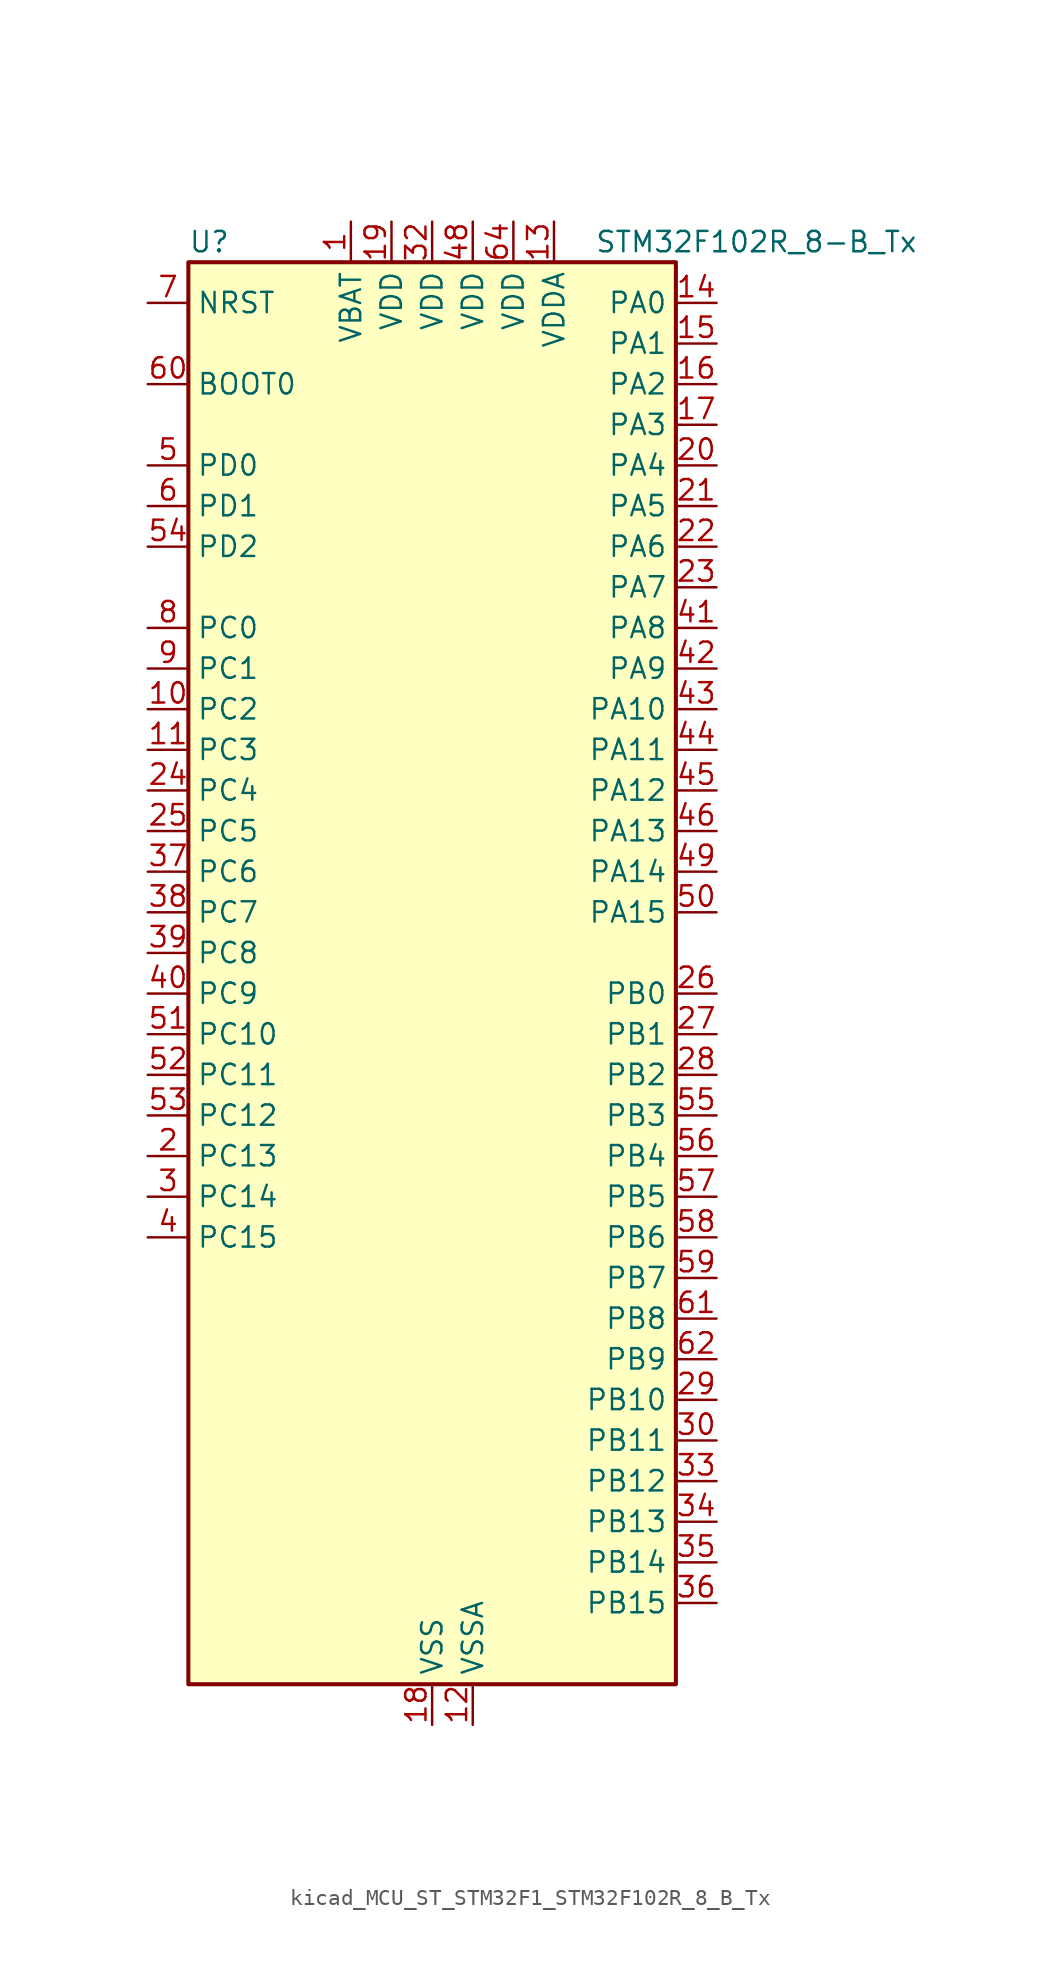
<source format=kicad_sym>
(kicad_symbol_lib
  (version 20220914)
  (generator kicad_symbol_editor)
  (symbol "kicad_MCU_ST_STM32F1_STM32F102R_8_B_Tx"
    (property "Reference" "U"
      (at -15.24 46.99 0)
      (effects (font (size 1.27 1.27)) (justify left)))
    (property "Value" "STM32F102R_8-B_Tx"
      (at 10.16 46.99 0)
      (effects (font (size 1.27 1.27)) (justify left)))
    (property "ki_locked" ""
      (at 0 0 0)
      (effects (font (size 1.27 1.27))))
    (symbol "kicad_MCU_ST_STM32F1_STM32F102R_8_B_Tx_0_1"
      (rectangle (start -15.24 -43.18) (end 15.24 45.72) (stroke (width 0.254) (type default)) (fill (type background))))
    (symbol "kicad_MCU_ST_STM32F1_STM32F102R_8_B_Tx_1_1"
      (pin power_in line (at -5.08 48.26 270) (length 2.54) (name "VBAT" (effects (font (size 1.27 1.27)))) (number "1" (effects (font (size 1.27 1.27)))))
      (pin bidirectional line (at -17.78 17.78 0) (length 2.54) (name "PC2" (effects (font (size 1.27 1.27)))) (number "10" (effects (font (size 1.27 1.27)))) (alternate "ADC1_IN12" bidirectional line))
      (pin bidirectional line (at -17.78 15.24 0) (length 2.54) (name "PC3" (effects (font (size 1.27 1.27)))) (number "11" (effects (font (size 1.27 1.27)))) (alternate "ADC1_IN13" bidirectional line))
      (pin power_in line (at 2.54 -45.72 90) (length 2.54) (name "VSSA" (effects (font (size 1.27 1.27)))) (number "12" (effects (font (size 1.27 1.27)))))
      (pin power_in line (at 7.62 48.26 270) (length 2.54) (name "VDDA" (effects (font (size 1.27 1.27)))) (number "13" (effects (font (size 1.27 1.27)))))
      (pin bidirectional line (at 17.78 43.18 180) (length 2.54) (name "PA0" (effects (font (size 1.27 1.27)))) (number "14" (effects (font (size 1.27 1.27)))) (alternate "ADC1_IN0" bidirectional line) (alternate "SYS_WKUP" bidirectional line) (alternate "TIM2_CH1" bidirectional line) (alternate "TIM2_ETR" bidirectional line) (alternate "USART2_CTS" bidirectional line))
      (pin bidirectional line (at 17.78 40.64 180) (length 2.54) (name "PA1" (effects (font (size 1.27 1.27)))) (number "15" (effects (font (size 1.27 1.27)))) (alternate "ADC1_IN1" bidirectional line) (alternate "TIM2_CH2" bidirectional line) (alternate "USART2_RTS" bidirectional line))
      (pin bidirectional line (at 17.78 38.1 180) (length 2.54) (name "PA2" (effects (font (size 1.27 1.27)))) (number "16" (effects (font (size 1.27 1.27)))) (alternate "ADC1_IN2" bidirectional line) (alternate "TIM2_CH3" bidirectional line) (alternate "USART2_TX" bidirectional line))
      (pin bidirectional line (at 17.78 35.56 180) (length 2.54) (name "PA3" (effects (font (size 1.27 1.27)))) (number "17" (effects (font (size 1.27 1.27)))) (alternate "ADC1_IN3" bidirectional line) (alternate "TIM2_CH4" bidirectional line) (alternate "USART2_RX" bidirectional line))
      (pin power_in line (at 0 -45.72 90) (length 2.54) (name "VSS" (effects (font (size 1.27 1.27)))) (number "18" (effects (font (size 1.27 1.27)))))
      (pin power_in line (at -2.54 48.26 270) (length 2.54) (name "VDD" (effects (font (size 1.27 1.27)))) (number "19" (effects (font (size 1.27 1.27)))))
      (pin bidirectional line (at -17.78 -10.16 0) (length 2.54) (name "PC13" (effects (font (size 1.27 1.27)))) (number "2" (effects (font (size 1.27 1.27)))) (alternate "RTC_OUT" bidirectional line) (alternate "RTC_TAMPER" bidirectional line))
      (pin bidirectional line (at 17.78 33.02 180) (length 2.54) (name "PA4" (effects (font (size 1.27 1.27)))) (number "20" (effects (font (size 1.27 1.27)))) (alternate "ADC1_IN4" bidirectional line) (alternate "SPI1_NSS" bidirectional line) (alternate "USART2_CK" bidirectional line))
      (pin bidirectional line (at 17.78 30.48 180) (length 2.54) (name "PA5" (effects (font (size 1.27 1.27)))) (number "21" (effects (font (size 1.27 1.27)))) (alternate "ADC1_IN5" bidirectional line) (alternate "SPI1_SCK" bidirectional line))
      (pin bidirectional line (at 17.78 27.94 180) (length 2.54) (name "PA6" (effects (font (size 1.27 1.27)))) (number "22" (effects (font (size 1.27 1.27)))) (alternate "ADC1_IN6" bidirectional line) (alternate "SPI1_MISO" bidirectional line) (alternate "TIM3_CH1" bidirectional line))
      (pin bidirectional line (at 17.78 25.4 180) (length 2.54) (name "PA7" (effects (font (size 1.27 1.27)))) (number "23" (effects (font (size 1.27 1.27)))) (alternate "ADC1_IN7" bidirectional line) (alternate "SPI1_MOSI" bidirectional line) (alternate "TIM3_CH2" bidirectional line))
      (pin bidirectional line (at -17.78 12.7 0) (length 2.54) (name "PC4" (effects (font (size 1.27 1.27)))) (number "24" (effects (font (size 1.27 1.27)))) (alternate "ADC1_IN14" bidirectional line))
      (pin bidirectional line (at -17.78 10.16 0) (length 2.54) (name "PC5" (effects (font (size 1.27 1.27)))) (number "25" (effects (font (size 1.27 1.27)))) (alternate "ADC1_IN15" bidirectional line))
      (pin bidirectional line (at 17.78 0 180) (length 2.54) (name "PB0" (effects (font (size 1.27 1.27)))) (number "26" (effects (font (size 1.27 1.27)))) (alternate "ADC1_IN8" bidirectional line) (alternate "TIM3_CH3" bidirectional line))
      (pin bidirectional line (at 17.78 -2.54 180) (length 2.54) (name "PB1" (effects (font (size 1.27 1.27)))) (number "27" (effects (font (size 1.27 1.27)))) (alternate "ADC1_IN9" bidirectional line) (alternate "TIM3_CH4" bidirectional line))
      (pin bidirectional line (at 17.78 -5.08 180) (length 2.54) (name "PB2" (effects (font (size 1.27 1.27)))) (number "28" (effects (font (size 1.27 1.27)))))
      (pin bidirectional line (at 17.78 -25.4 180) (length 2.54) (name "PB10" (effects (font (size 1.27 1.27)))) (number "29" (effects (font (size 1.27 1.27)))) (alternate "I2C2_SCL" bidirectional line) (alternate "TIM2_CH3" bidirectional line) (alternate "USART3_TX" bidirectional line))
      (pin bidirectional line (at -17.78 -12.7 0) (length 2.54) (name "PC14" (effects (font (size 1.27 1.27)))) (number "3" (effects (font (size 1.27 1.27)))) (alternate "RCC_OSC32_IN" bidirectional line))
      (pin bidirectional line (at 17.78 -27.94 180) (length 2.54) (name "PB11" (effects (font (size 1.27 1.27)))) (number "30" (effects (font (size 1.27 1.27)))) (alternate "ADC1_EXTI11" bidirectional line) (alternate "I2C2_SDA" bidirectional line) (alternate "TIM2_CH4" bidirectional line) (alternate "USART3_RX" bidirectional line))
      (pin passive line (at 0 -45.72 90) (length 2.54) hide (name "VSS" (effects (font (size 1.27 1.27)))) (number "31" (effects (font (size 1.27 1.27)))))
      (pin power_in line (at 0 48.26 270) (length 2.54) (name "VDD" (effects (font (size 1.27 1.27)))) (number "32" (effects (font (size 1.27 1.27)))))
      (pin bidirectional line (at 17.78 -30.48 180) (length 2.54) (name "PB12" (effects (font (size 1.27 1.27)))) (number "33" (effects (font (size 1.27 1.27)))) (alternate "I2C2_SMBA" bidirectional line) (alternate "SPI2_NSS" bidirectional line) (alternate "USART3_CK" bidirectional line))
      (pin bidirectional line (at 17.78 -33.02 180) (length 2.54) (name "PB13" (effects (font (size 1.27 1.27)))) (number "34" (effects (font (size 1.27 1.27)))) (alternate "SPI2_SCK" bidirectional line) (alternate "USART3_CTS" bidirectional line))
      (pin bidirectional line (at 17.78 -35.56 180) (length 2.54) (name "PB14" (effects (font (size 1.27 1.27)))) (number "35" (effects (font (size 1.27 1.27)))) (alternate "SPI2_MISO" bidirectional line) (alternate "USART3_RTS" bidirectional line))
      (pin bidirectional line (at 17.78 -38.1 180) (length 2.54) (name "PB15" (effects (font (size 1.27 1.27)))) (number "36" (effects (font (size 1.27 1.27)))) (alternate "ADC1_EXTI15" bidirectional line) (alternate "SPI2_MOSI" bidirectional line))
      (pin bidirectional line (at -17.78 7.62 0) (length 2.54) (name "PC6" (effects (font (size 1.27 1.27)))) (number "37" (effects (font (size 1.27 1.27)))) (alternate "TIM3_CH1" bidirectional line))
      (pin bidirectional line (at -17.78 5.08 0) (length 2.54) (name "PC7" (effects (font (size 1.27 1.27)))) (number "38" (effects (font (size 1.27 1.27)))) (alternate "TIM3_CH2" bidirectional line))
      (pin bidirectional line (at -17.78 2.54 0) (length 2.54) (name "PC8" (effects (font (size 1.27 1.27)))) (number "39" (effects (font (size 1.27 1.27)))) (alternate "TIM3_CH3" bidirectional line))
      (pin bidirectional line (at -17.78 -15.24 0) (length 2.54) (name "PC15" (effects (font (size 1.27 1.27)))) (number "4" (effects (font (size 1.27 1.27)))) (alternate "ADC1_EXTI15" bidirectional line) (alternate "RCC_OSC32_OUT" bidirectional line))
      (pin bidirectional line (at -17.78 0 0) (length 2.54) (name "PC9" (effects (font (size 1.27 1.27)))) (number "40" (effects (font (size 1.27 1.27)))) (alternate "TIM3_CH4" bidirectional line))
      (pin bidirectional line (at 17.78 22.86 180) (length 2.54) (name "PA8" (effects (font (size 1.27 1.27)))) (number "41" (effects (font (size 1.27 1.27)))) (alternate "RCC_MCO" bidirectional line) (alternate "USART1_CK" bidirectional line))
      (pin bidirectional line (at 17.78 20.32 180) (length 2.54) (name "PA9" (effects (font (size 1.27 1.27)))) (number "42" (effects (font (size 1.27 1.27)))) (alternate "USART1_TX" bidirectional line))
      (pin bidirectional line (at 17.78 17.78 180) (length 2.54) (name "PA10" (effects (font (size 1.27 1.27)))) (number "43" (effects (font (size 1.27 1.27)))) (alternate "USART1_RX" bidirectional line))
      (pin bidirectional line (at 17.78 15.24 180) (length 2.54) (name "PA11" (effects (font (size 1.27 1.27)))) (number "44" (effects (font (size 1.27 1.27)))) (alternate "ADC1_EXTI11" bidirectional line) (alternate "USART1_CTS" bidirectional line) (alternate "USB_DM" bidirectional line))
      (pin bidirectional line (at 17.78 12.7 180) (length 2.54) (name "PA12" (effects (font (size 1.27 1.27)))) (number "45" (effects (font (size 1.27 1.27)))) (alternate "USART1_RTS" bidirectional line) (alternate "USB_DP" bidirectional line))
      (pin bidirectional line (at 17.78 10.16 180) (length 2.54) (name "PA13" (effects (font (size 1.27 1.27)))) (number "46" (effects (font (size 1.27 1.27)))) (alternate "SYS_JTMS-SWDIO" bidirectional line))
      (pin passive line (at 0 -45.72 90) (length 2.54) hide (name "VSS" (effects (font (size 1.27 1.27)))) (number "47" (effects (font (size 1.27 1.27)))))
      (pin power_in line (at 2.54 48.26 270) (length 2.54) (name "VDD" (effects (font (size 1.27 1.27)))) (number "48" (effects (font (size 1.27 1.27)))))
      (pin bidirectional line (at 17.78 7.62 180) (length 2.54) (name "PA14" (effects (font (size 1.27 1.27)))) (number "49" (effects (font (size 1.27 1.27)))) (alternate "SYS_JTCK-SWCLK" bidirectional line))
      (pin bidirectional line (at -17.78 33.02 0) (length 2.54) (name "PD0" (effects (font (size 1.27 1.27)))) (number "5" (effects (font (size 1.27 1.27)))) (alternate "RCC_OSC_IN" bidirectional line))
      (pin bidirectional line (at 17.78 5.08 180) (length 2.54) (name "PA15" (effects (font (size 1.27 1.27)))) (number "50" (effects (font (size 1.27 1.27)))) (alternate "ADC1_EXTI15" bidirectional line) (alternate "SPI1_NSS" bidirectional line) (alternate "SYS_JTDI" bidirectional line) (alternate "TIM2_CH1" bidirectional line) (alternate "TIM2_ETR" bidirectional line))
      (pin bidirectional line (at -17.78 -2.54 0) (length 2.54) (name "PC10" (effects (font (size 1.27 1.27)))) (number "51" (effects (font (size 1.27 1.27)))) (alternate "USART3_TX" bidirectional line))
      (pin bidirectional line (at -17.78 -5.08 0) (length 2.54) (name "PC11" (effects (font (size 1.27 1.27)))) (number "52" (effects (font (size 1.27 1.27)))) (alternate "ADC1_EXTI11" bidirectional line) (alternate "USART3_RX" bidirectional line))
      (pin bidirectional line (at -17.78 -7.62 0) (length 2.54) (name "PC12" (effects (font (size 1.27 1.27)))) (number "53" (effects (font (size 1.27 1.27)))) (alternate "USART3_CK" bidirectional line))
      (pin bidirectional line (at -17.78 27.94 0) (length 2.54) (name "PD2" (effects (font (size 1.27 1.27)))) (number "54" (effects (font (size 1.27 1.27)))) (alternate "TIM3_ETR" bidirectional line))
      (pin bidirectional line (at 17.78 -7.62 180) (length 2.54) (name "PB3" (effects (font (size 1.27 1.27)))) (number "55" (effects (font (size 1.27 1.27)))) (alternate "SPI1_SCK" bidirectional line) (alternate "SYS_JTDO-TRACESWO" bidirectional line) (alternate "TIM2_CH2" bidirectional line))
      (pin bidirectional line (at 17.78 -10.16 180) (length 2.54) (name "PB4" (effects (font (size 1.27 1.27)))) (number "56" (effects (font (size 1.27 1.27)))) (alternate "SPI1_MISO" bidirectional line) (alternate "SYS_NJTRST" bidirectional line) (alternate "TIM3_CH1" bidirectional line))
      (pin bidirectional line (at 17.78 -12.7 180) (length 2.54) (name "PB5" (effects (font (size 1.27 1.27)))) (number "57" (effects (font (size 1.27 1.27)))) (alternate "I2C1_SMBA" bidirectional line) (alternate "SPI1_MOSI" bidirectional line) (alternate "TIM3_CH2" bidirectional line))
      (pin bidirectional line (at 17.78 -15.24 180) (length 2.54) (name "PB6" (effects (font (size 1.27 1.27)))) (number "58" (effects (font (size 1.27 1.27)))) (alternate "I2C1_SCL" bidirectional line) (alternate "TIM4_CH1" bidirectional line) (alternate "USART1_TX" bidirectional line))
      (pin bidirectional line (at 17.78 -17.78 180) (length 2.54) (name "PB7" (effects (font (size 1.27 1.27)))) (number "59" (effects (font (size 1.27 1.27)))) (alternate "I2C1_SDA" bidirectional line) (alternate "TIM4_CH2" bidirectional line) (alternate "USART1_RX" bidirectional line))
      (pin bidirectional line (at -17.78 30.48 0) (length 2.54) (name "PD1" (effects (font (size 1.27 1.27)))) (number "6" (effects (font (size 1.27 1.27)))) (alternate "RCC_OSC_OUT" bidirectional line))
      (pin input line (at -17.78 38.1 0) (length 2.54) (name "BOOT0" (effects (font (size 1.27 1.27)))) (number "60" (effects (font (size 1.27 1.27)))))
      (pin bidirectional line (at 17.78 -20.32 180) (length 2.54) (name "PB8" (effects (font (size 1.27 1.27)))) (number "61" (effects (font (size 1.27 1.27)))) (alternate "I2C1_SCL" bidirectional line) (alternate "TIM4_CH3" bidirectional line))
      (pin bidirectional line (at 17.78 -22.86 180) (length 2.54) (name "PB9" (effects (font (size 1.27 1.27)))) (number "62" (effects (font (size 1.27 1.27)))) (alternate "I2C1_SDA" bidirectional line) (alternate "TIM4_CH4" bidirectional line))
      (pin passive line (at 0 -45.72 90) (length 2.54) hide (name "VSS" (effects (font (size 1.27 1.27)))) (number "63" (effects (font (size 1.27 1.27)))))
      (pin power_in line (at 5.08 48.26 270) (length 2.54) (name "VDD" (effects (font (size 1.27 1.27)))) (number "64" (effects (font (size 1.27 1.27)))))
      (pin input line (at -17.78 43.18 0) (length 2.54) (name "NRST" (effects (font (size 1.27 1.27)))) (number "7" (effects (font (size 1.27 1.27)))))
      (pin bidirectional line (at -17.78 22.86 0) (length 2.54) (name "PC0" (effects (font (size 1.27 1.27)))) (number "8" (effects (font (size 1.27 1.27)))) (alternate "ADC1_IN10" bidirectional line))
      (pin bidirectional line (at -17.78 20.32 0) (length 2.54) (name "PC1" (effects (font (size 1.27 1.27)))) (number "9" (effects (font (size 1.27 1.27)))) (alternate "ADC1_IN11" bidirectional line)))))
</source>
